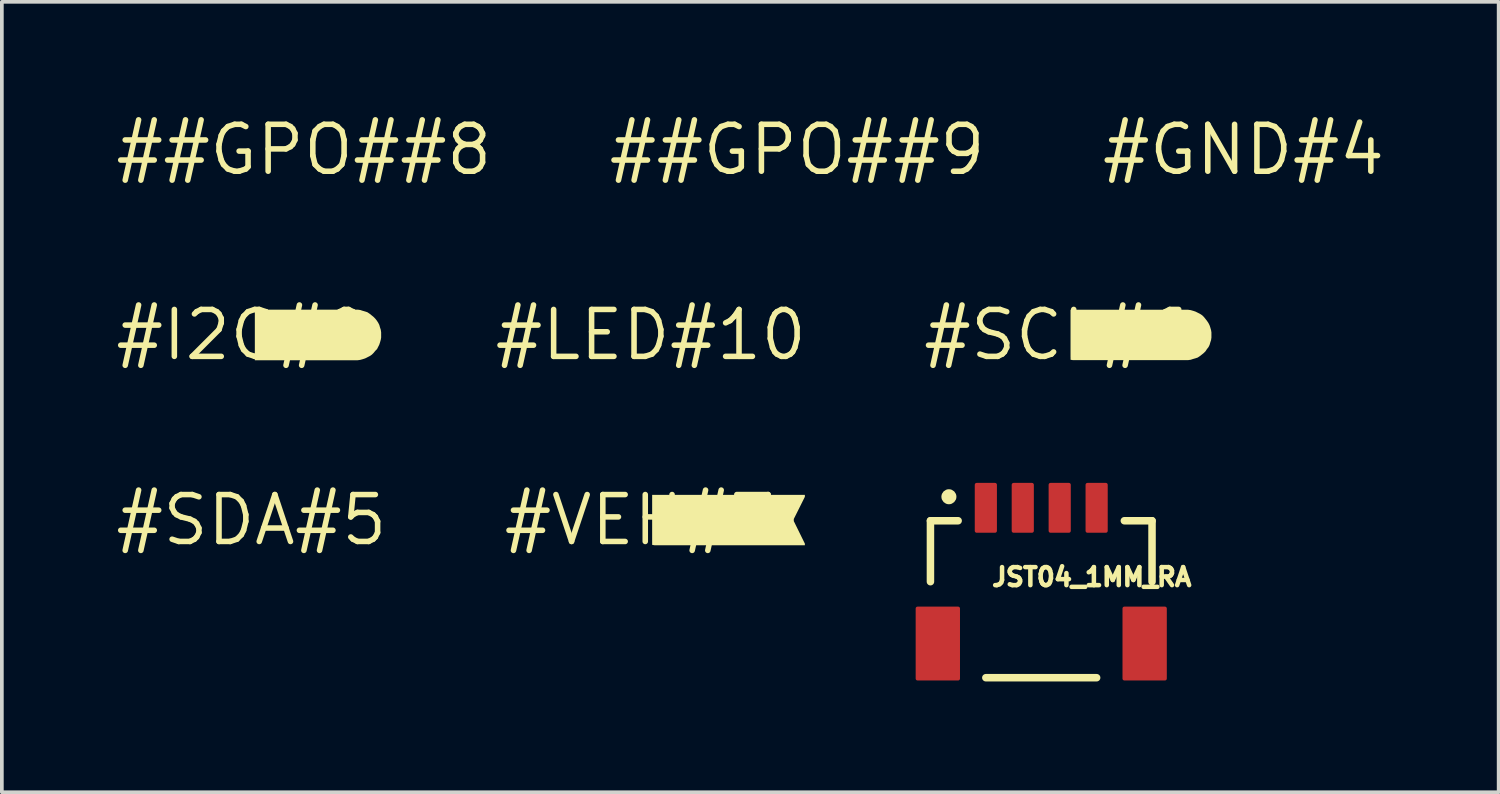
<source format=kicad_pcb>
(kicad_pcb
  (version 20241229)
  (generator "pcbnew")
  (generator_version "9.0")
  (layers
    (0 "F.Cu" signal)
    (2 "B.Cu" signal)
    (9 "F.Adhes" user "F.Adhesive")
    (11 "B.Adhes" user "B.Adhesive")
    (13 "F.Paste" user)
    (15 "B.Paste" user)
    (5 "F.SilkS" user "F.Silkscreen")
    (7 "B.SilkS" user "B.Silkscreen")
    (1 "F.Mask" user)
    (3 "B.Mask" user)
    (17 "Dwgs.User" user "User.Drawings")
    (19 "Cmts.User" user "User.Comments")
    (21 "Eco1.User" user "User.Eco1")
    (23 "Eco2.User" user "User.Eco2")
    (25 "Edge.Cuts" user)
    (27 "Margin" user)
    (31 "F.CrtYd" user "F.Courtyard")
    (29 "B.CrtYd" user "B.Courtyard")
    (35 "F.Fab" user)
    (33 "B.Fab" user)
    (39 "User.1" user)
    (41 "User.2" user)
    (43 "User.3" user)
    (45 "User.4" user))
  (footprint "#SDA#5"
    (layer "F.Cu")
    (at 3.757 11.031)
    (property "Reference" "#SDA#5" (at 0 0 0) (layer "F.SilkS") (effects (font (size 1.27 1.27) (thickness 0.15))))
    (fp_poly (pts (xy 3.15 0.07) (xy 3.148 0.069) (xy 3.149 0.068) (xy 3.15 0.068)) (stroke (width 0) (type default)) (fill yes) (layer "F.SilkS")))
  (footprint "#GND#4"
    (layer "F.Cu")
    (at 30.62 1.006)
    (property "Reference" "#GND#4" (at 0 0 0) (layer "F.SilkS") (effects (font (size 1.27 1.27) (thickness 0.15))))
    (fp_poly (pts (xy 3.052 0.24) (xy 3.05 0.24) (xy 3.05 0.237) (xy 3.052 0.237)) (stroke (width 0) (type default)) (fill yes) (layer "F.SilkS")))
  (footprint "#SCL#6"
    (layer "F.Cu")
    (at 25.599 6.019)
    (property "Reference" "#SCL#6" (at 0 0 0) (layer "F.SilkS") (effects (font (size 1.27 1.27) (thickness 0.15))))
    (fp_poly (pts (xy 3.52 -0.682) (xy 3.591 -0.672) (xy 3.661 -0.652) (xy 3.721 -0.632) (xy 3.781 -0.602) (xy 3.841 -0.572) (xy 3.902 -0.532) (xy 3.952 -0.482) (xy 3.992 -0.432) (xy 4.032 -0.381) (xy 4.072 -0.321) (xy 4.102 -0.261) (xy 4.122 -0.201) (xy 4.142 -0.131) (xy 4.152 -0.07) (xy 4.152 0.07) (xy 4.142 0.141) (xy 4.122 0.201) (xy 4.102 0.271) (xy 4.072 0.331) (xy 4.032 0.381) (xy 3.992 0.442) (xy 3.942 0.492) (xy 3.892 0.532) (xy 3.841 0.572) (xy 3.781 0.612) (xy 3.721 0.632) (xy 3.651 0.652) (xy 3.591 0.672) (xy 3.52 0.682) (xy 0.4 0.682) (xy 0.338 0.672) (xy 0.338 -0.682)) (stroke (width 0) (type default)) (fill yes) (layer "F.SilkS")))
  (footprint "#I2C#0"
    (layer "F.Cu")
    (at 3.515 6.019)
    (property "Reference" "#I2C#0" (at 0 0 0) (layer "F.SilkS") (effects (font (size 1.27 1.27) (thickness 0.15))))
    (fp_poly (pts (xy 3.12 -0.685) (xy 3.191 -0.675) (xy 3.251 -0.655) (xy 3.321 -0.635) (xy 3.382 -0.615) (xy 3.443 -0.574) (xy 3.493 -0.534) (xy 3.543 -0.494) (xy 3.594 -0.443) (xy 3.634 -0.393) (xy 3.674 -0.333) (xy 3.705 -0.272) (xy 3.725 -0.201) (xy 3.745 -0.141) (xy 3.755 -0.07) (xy 3.755 0.07) (xy 3.745 0.131) (xy 3.725 0.201) (xy 3.705 0.262) (xy 3.644 0.383) (xy 3.594 0.433) (xy 3.554 0.483) (xy 3.503 0.534) (xy 3.443 0.574) (xy 3.322 0.635) (xy 3.261 0.655) (xy 3.191 0.675) (xy 3.12 0.685) (xy 0.335 0.685) (xy 0.335 -0.674) (xy 0.4 -0.685)) (stroke (width 0) (type default)) (fill yes) (layer "F.SilkS")))
  (footprint "##GPO##8"
    (layer "F.Cu")
    (at 5.178 1.006)
    (property "Reference" "##GPO##8" (at 0 0 0) (layer "F.SilkS") (effects (font (size 1.27 1.27) (thickness 0.15))))
    (fp_poly (pts (xy 3.151 0.378) (xy 3.15 0.38) (xy 3.15 0.378) (xy 3.15 0.377)) (stroke (width 0) (type default)) (fill yes) (layer "F.SilkS")))
  (footprint "#LED#10"
    (layer "F.Cu")
    (at 14.571 6.019)
    (property "Reference" "#LED#10" (at 0 0 0) (layer "F.SilkS") (effects (font (size 1.27 1.27) (thickness 0.15))))
    (fp_poly (pts (xy -1.408 0.24) (xy -1.41 0.24) (xy -1.41 0.237) (xy -1.408 0.237)) (stroke (width 0) (type default)) (fill yes) (layer "F.SilkS")))
  (footprint "JST04_1MM_RA"
    (layer "F.Cu")
    (at 25.143 10.7)
    (property "Reference" "JST04_1MM_RA" (at -1.397 2.159 0) (layer "F.SilkS") (effects (font (size 0.488 0.488) (thickness 0.122)) (justify left bottom)))
    (fp_line (start -3 0.35) (end -2.25 0.35) (stroke (width 0.203) (type solid)) (layer "F.SilkS"))
    (fp_line (start -3 2) (end -3 0.35) (stroke (width 0.203) (type solid)) (layer "F.SilkS"))
    (fp_line (start -1.5 4.6) (end 1.5 4.6) (stroke (width 0.203) (type solid)) (layer "F.SilkS"))
    (fp_line (start 2.25 0.35) (end 3 0.35) (stroke (width 0.203) (type solid)) (layer "F.SilkS"))
    (fp_line (start 3 0.35) (end 3 2) (stroke (width 0.203) (type solid)) (layer "F.SilkS"))
    (fp_circle (center -2.5 -0.3) (end -2.398 -0.3) (stroke (width 0.203) (type solid)) (fill no) (layer "F.SilkS"))
    (pad "1" smd roundrect (at -1.5 0) (size 0.6 1.35) (layers "F.Cu" "F.Mask" "F.Paste") (roundrect_rratio 0.085))
    (pad "2" smd roundrect (at -0.5 0) (size 0.6 1.35) (layers "F.Cu" "F.Mask" "F.Paste") (roundrect_rratio 0.085))
    (pad "3" smd roundrect (at 0.5 0) (size 0.6 1.35) (layers "F.Cu" "F.Mask" "F.Paste") (roundrect_rratio 0.085))
    (pad "4" smd roundrect (at 1.5 0) (size 0.6 1.35) (layers "F.Cu" "F.Mask" "F.Paste") (roundrect_rratio 0.085))
    (pad "NC1" smd roundrect (at 2.8 3.675) (size 1.2 2) (layers "F.Cu" "F.Mask" "F.Paste") (roundrect_rratio 0.042))
    (pad "NC2" smd roundrect (at -2.8 3.675) (size 1.2 2) (layers "F.Cu" "F.Mask" "F.Paste") (roundrect_rratio 0.042)))
  (footprint "##GPO##9"
    (layer "F.Cu")
    (at 18.534 1.006)
    (property "Reference" "##GPO##9" (at 0 0 0) (layer "F.SilkS") (effects (font (size 1.27 1.27) (thickness 0.15))))
    (fp_poly (pts (xy -1.329 0.378) (xy -1.33 0.38) (xy -1.33 0.378) (xy -1.33 0.377)) (stroke (width 0) (type default)) (fill yes) (layer "F.SilkS")))
  (footprint "#VEH#7"
    (layer "F.Cu")
    (at 14.27 11.031)
    (property "Reference" "#VEH#7" (at 0 0 0) (layer "F.SilkS") (effects (font (size 1.27 1.27) (thickness 0.15))))
    (fp_poly (pts (xy 4.473 -0.682) (xy 4.473 -0.629) (xy 4.173 -0.029) (xy 4.173 0.029) (xy 4.473 0.639) (xy 4.473 0.682) (xy 0.4 0.682) (xy 0.338 0.672) (xy 0.338 -0.682)) (stroke (width 0) (type default)) (fill yes) (layer "F.SilkS")))
  (gr_rect
    (start -3 -3)
    (end 37.528 18.401)
    (stroke (width 0.1) (type default))
    (fill no)
    (layer "Edge.Cuts")))
</source>
